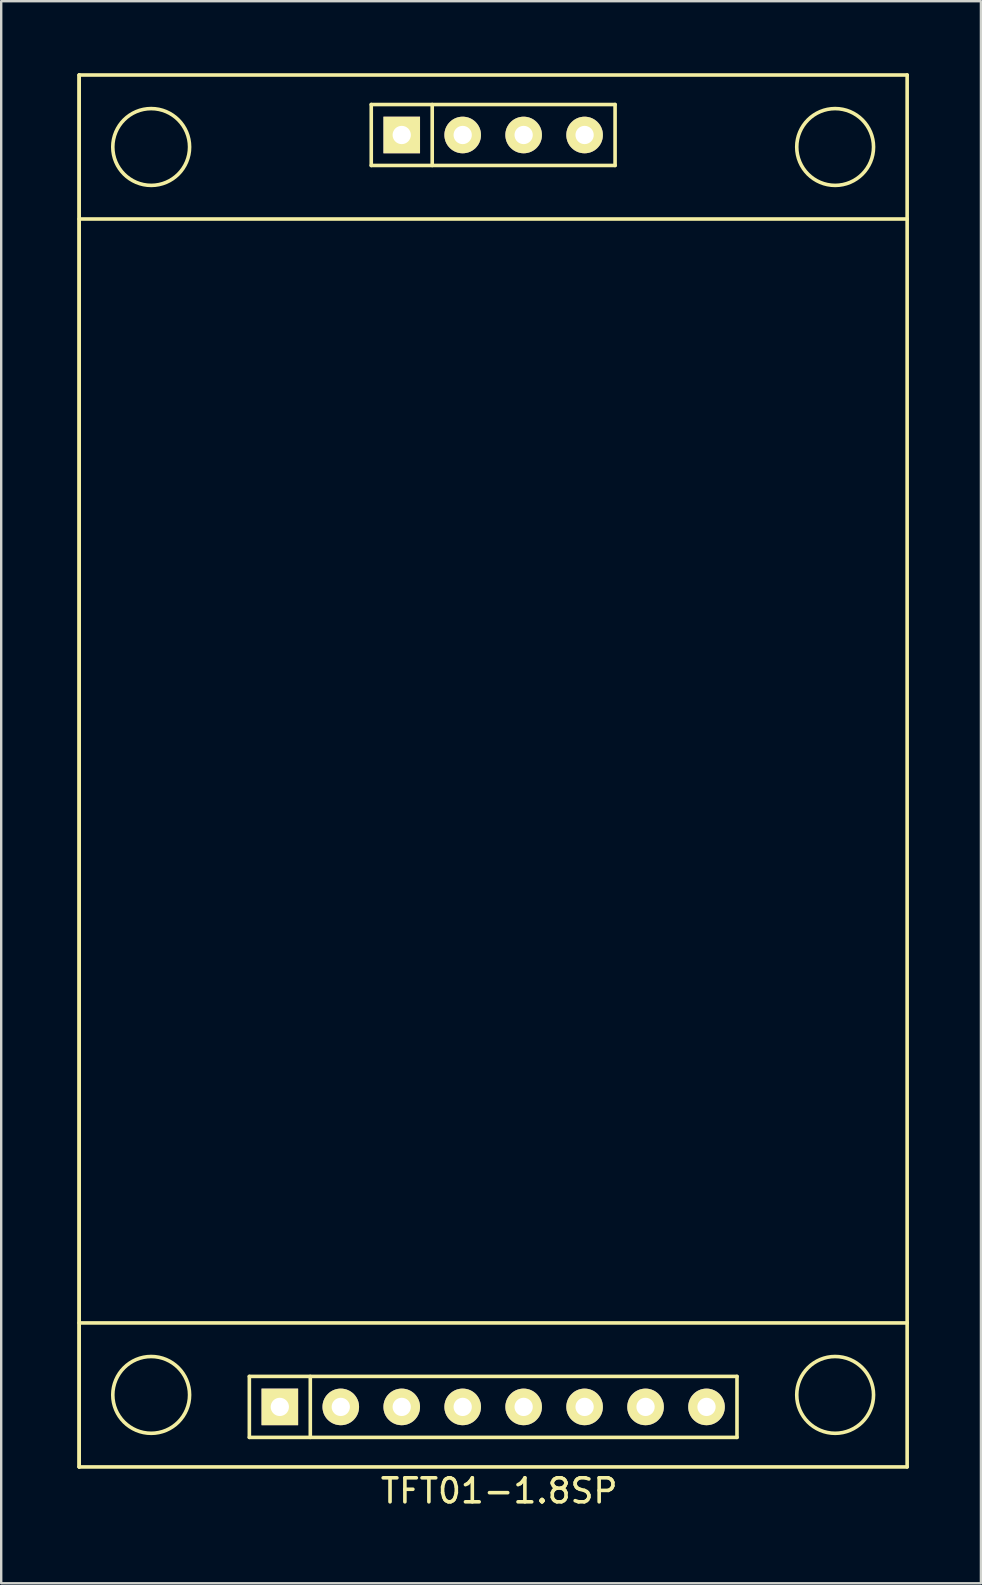
<source format=kicad_pcb>
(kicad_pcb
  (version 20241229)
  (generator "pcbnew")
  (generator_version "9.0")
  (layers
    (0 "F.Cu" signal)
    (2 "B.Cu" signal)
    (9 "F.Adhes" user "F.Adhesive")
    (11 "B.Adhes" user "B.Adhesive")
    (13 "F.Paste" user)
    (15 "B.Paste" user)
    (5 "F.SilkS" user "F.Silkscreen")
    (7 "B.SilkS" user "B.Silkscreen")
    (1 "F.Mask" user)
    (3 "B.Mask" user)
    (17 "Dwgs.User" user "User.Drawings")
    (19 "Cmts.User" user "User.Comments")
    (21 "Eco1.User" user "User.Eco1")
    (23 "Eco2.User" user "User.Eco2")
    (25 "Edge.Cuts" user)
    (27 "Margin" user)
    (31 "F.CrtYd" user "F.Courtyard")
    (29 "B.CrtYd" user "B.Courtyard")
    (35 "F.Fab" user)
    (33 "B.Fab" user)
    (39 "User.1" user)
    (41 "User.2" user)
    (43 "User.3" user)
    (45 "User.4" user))
  (footprint "TFT01-1.8SP"
    (layer "F.Cu")
    (at 0.25 58.075)
    (property "Reference" "TFT01-1.8SP" (at 17.5 1 0) (layer "F.SilkS") (effects (font (size 1 1) (thickness 0.15))))
    (attr through_hole)
    (fp_line (start 0 -58) (end 34.5 -58) (stroke (width 0.15) (type solid)) (layer "F.SilkS"))
    (fp_line (start 0 -52) (end 34.5 -52) (stroke (width 0.15) (type solid)) (layer "F.SilkS"))
    (fp_line (start 0 -6) (end 34.5 -6) (stroke (width 0.15) (type solid)) (layer "F.SilkS"))
    (fp_line (start 0 0) (end 0 -58) (stroke (width 0.15) (type solid)) (layer "F.SilkS"))
    (fp_line (start 0 0) (end 0 -58) (stroke (width 0.15) (type solid)) (layer "F.SilkS"))
    (fp_line (start 7.09 -3.77) (end 27.41 -3.77) (stroke (width 0.15) (type solid)) (layer "F.SilkS"))
    (fp_line (start 7.09 -1.23) (end 7.09 -3.77) (stroke (width 0.15) (type solid)) (layer "F.SilkS"))
    (fp_line (start 9.63 -1.23) (end 9.63 -3.77) (stroke (width 0.15) (type solid)) (layer "F.SilkS"))
    (fp_line (start 12.17 -56.77) (end 22.33 -56.77) (stroke (width 0.15) (type solid)) (layer "F.SilkS"))
    (fp_line (start 12.17 -54.23) (end 12.17 -56.77) (stroke (width 0.15) (type solid)) (layer "F.SilkS"))
    (fp_line (start 14.71 -54.23) (end 14.71 -56.77) (stroke (width 0.15) (type solid)) (layer "F.SilkS"))
    (fp_line (start 22.33 -56.77) (end 22.33 -54.23) (stroke (width 0.15) (type solid)) (layer "F.SilkS"))
    (fp_line (start 22.33 -54.23) (end 12.17 -54.23) (stroke (width 0.15) (type solid)) (layer "F.SilkS"))
    (fp_line (start 27.41 -3.77) (end 27.41 -1.23) (stroke (width 0.15) (type solid)) (layer "F.SilkS"))
    (fp_line (start 27.41 -1.23) (end 7.09 -1.23) (stroke (width 0.15) (type solid)) (layer "F.SilkS"))
    (fp_line (start 34.5 -58) (end 34.5 0) (stroke (width 0.15) (type solid)) (layer "F.SilkS"))
    (fp_line (start 34.5 0) (end 0 0) (stroke (width 0.15) (type solid)) (layer "F.SilkS"))
    (fp_circle (center 3 -55) (end 4.6 -55) (stroke (width 0.15) (type solid)) (fill no) (layer "F.SilkS"))
    (fp_circle (center 3 -3) (end 4.6 -3) (stroke (width 0.15) (type solid)) (fill no) (layer "F.SilkS"))
    (fp_circle (center 31.5 -55) (end 33.1 -55) (stroke (width 0.15) (type solid)) (fill no) (layer "F.SilkS"))
    (fp_circle (center 31.5 -3) (end 33.1 -3) (stroke (width 0.15) (type solid)) (fill no) (layer "F.SilkS"))
    (pad "1" thru_hole rect (at 8.36 -2.5) (size 1.524 1.524) (drill 0.762) (layers "*.Cu" "*.Mask" "F.SilkS"))
    (pad "2" thru_hole circle (at 10.9 -2.5) (size 1.524 1.524) (drill 0.762) (layers "*.Cu" "*.Mask" "F.SilkS"))
    (pad "3" thru_hole circle (at 13.44 -2.5) (size 1.524 1.524) (drill 0.762) (layers "*.Cu" "*.Mask" "F.SilkS"))
    (pad "4" thru_hole circle (at 15.98 -2.5) (size 1.524 1.524) (drill 0.762) (layers "*.Cu" "*.Mask" "F.SilkS"))
    (pad "5" thru_hole circle (at 18.52 -2.5) (size 1.524 1.524) (drill 0.762) (layers "*.Cu" "*.Mask" "F.SilkS"))
    (pad "6" thru_hole circle (at 21.06 -2.5) (size 1.524 1.524) (drill 0.762) (layers "*.Cu" "*.Mask" "F.SilkS"))
    (pad "7" thru_hole circle (at 23.6 -2.5) (size 1.524 1.524) (drill 0.762) (layers "*.Cu" "*.Mask" "F.SilkS"))
    (pad "8" thru_hole circle (at 26.14 -2.5) (size 1.524 1.524) (drill 0.762) (layers "*.Cu" "*.Mask" "F.SilkS"))
    (pad "9" thru_hole rect (at 13.44 -55.5) (size 1.524 1.524) (drill 0.762) (layers "*.Cu" "*.Mask" "F.SilkS"))
    (pad "10" thru_hole circle (at 15.98 -55.5) (size 1.524 1.524) (drill 0.762) (layers "*.Cu" "*.Mask" "F.SilkS"))
    (pad "11" thru_hole circle (at 18.52 -55.5) (size 1.524 1.524) (drill 0.762) (layers "*.Cu" "*.Mask" "F.SilkS"))
    (pad "12" thru_hole circle (at 21.06 -55.5) (size 1.524 1.524) (drill 0.762) (layers "*.Cu" "*.Mask" "F.SilkS")))
  (gr_rect
    (start -3 -3)
    (end 37.825 62.923)
    (stroke (width 0.1) (type default))
    (fill no)
    (layer "Edge.Cuts")))
</source>
